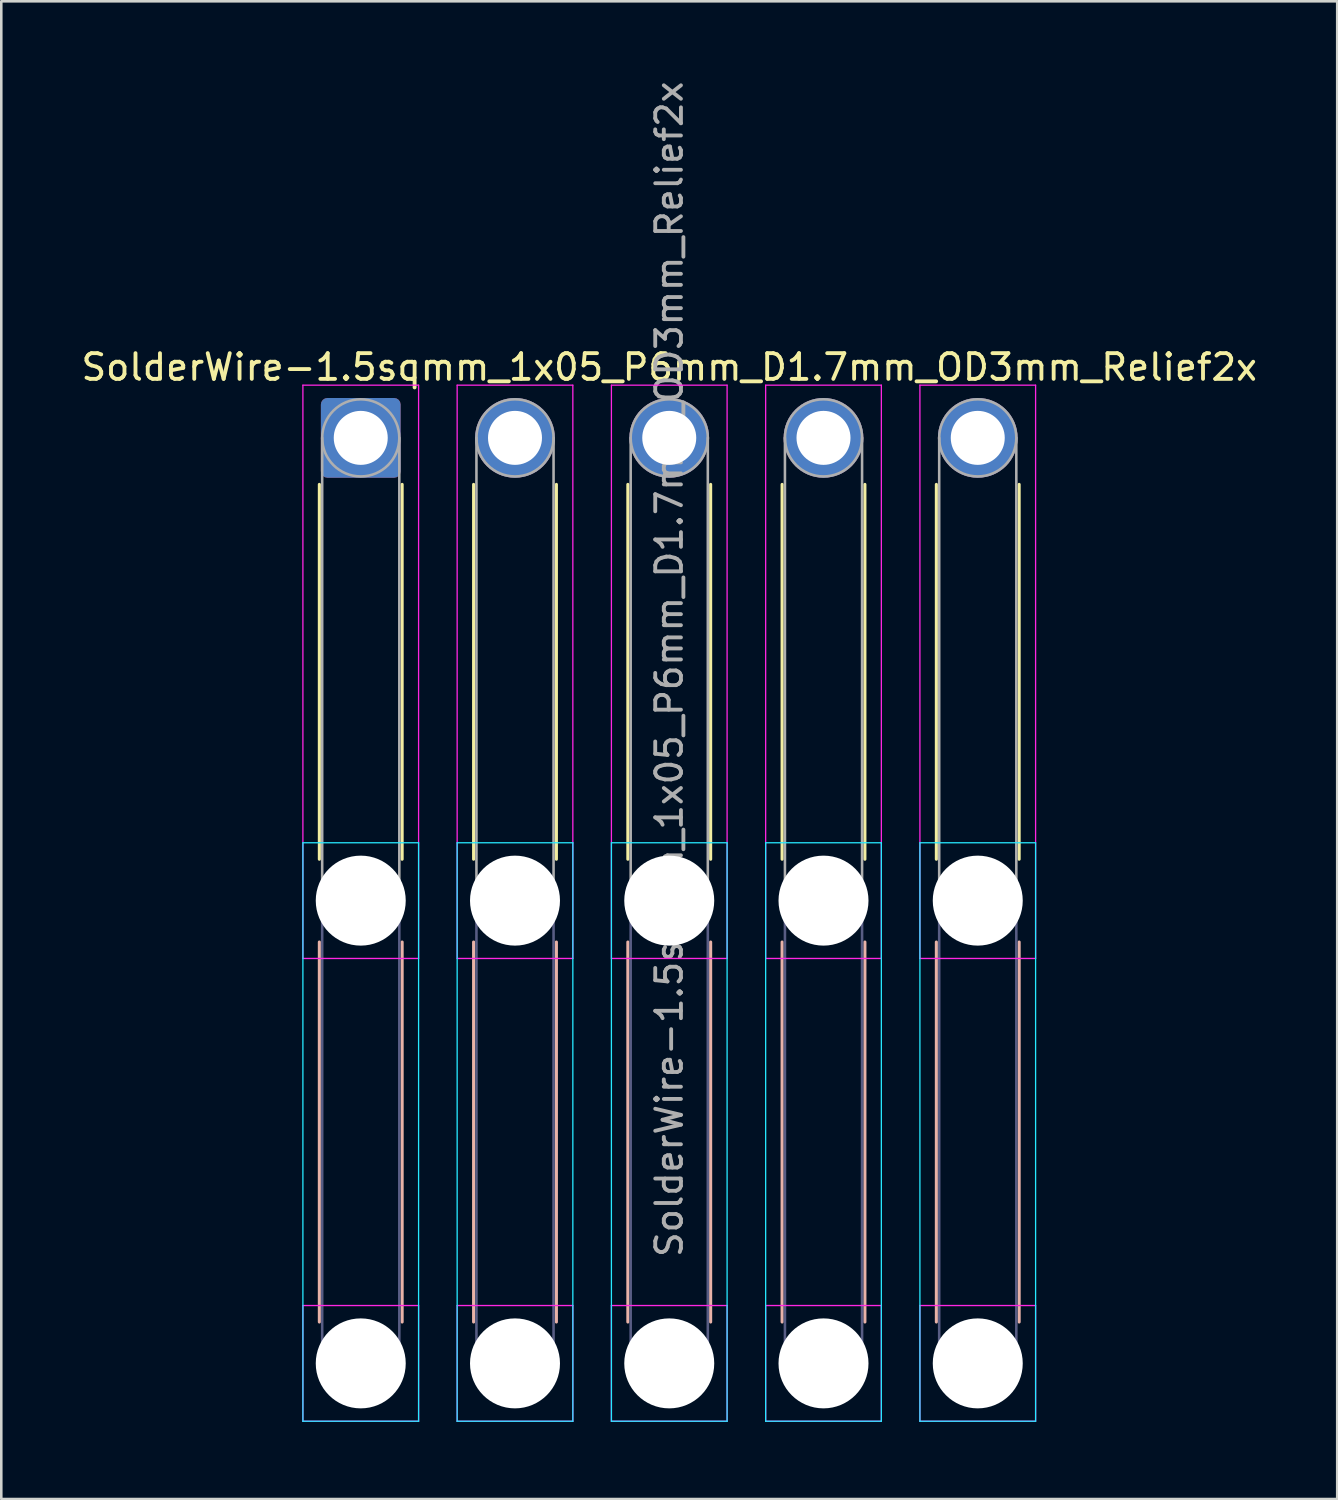
<source format=kicad_pcb>
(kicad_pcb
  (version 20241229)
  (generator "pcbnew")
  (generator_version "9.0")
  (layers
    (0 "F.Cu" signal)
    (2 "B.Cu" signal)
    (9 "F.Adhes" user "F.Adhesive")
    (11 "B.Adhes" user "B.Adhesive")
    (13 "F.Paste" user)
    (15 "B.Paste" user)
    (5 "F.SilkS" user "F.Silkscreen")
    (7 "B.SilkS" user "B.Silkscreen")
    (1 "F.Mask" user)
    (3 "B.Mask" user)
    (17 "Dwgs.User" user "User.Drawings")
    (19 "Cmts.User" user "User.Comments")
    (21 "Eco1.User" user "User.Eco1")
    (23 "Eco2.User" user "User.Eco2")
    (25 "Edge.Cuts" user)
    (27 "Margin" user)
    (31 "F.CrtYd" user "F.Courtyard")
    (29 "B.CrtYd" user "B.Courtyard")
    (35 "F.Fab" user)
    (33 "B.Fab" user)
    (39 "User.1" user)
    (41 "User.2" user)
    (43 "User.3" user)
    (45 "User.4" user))
  (footprint "SolderWire-1.5sqmm_1x05_P6mm_D1.7mm_OD3mm_Relief2x"
    (layer "F.Cu")
    (at 10.982 13.982)
    (property "Reference" "SolderWire-1.5sqmm_1x05_P6mm_D1.7mm_OD3mm_Relief2x" (at 12 -2.75 0) (layer "F.SilkS") (effects (font (size 1 1) (thickness 0.15))))
    (attr exclude_from_pos_files exclude_from_bom)
    (fp_line (start -1.61 1.81) (end -1.61 16.39) (stroke (width 0.12) (type solid)) (layer "F.SilkS"))
    (fp_line (start 1.61 1.81) (end 1.61 16.39) (stroke (width 0.12) (type solid)) (layer "F.SilkS"))
    (fp_line (start 4.39 1.81) (end 4.39 16.39) (stroke (width 0.12) (type solid)) (layer "F.SilkS"))
    (fp_line (start 7.61 1.81) (end 7.61 16.39) (stroke (width 0.12) (type solid)) (layer "F.SilkS"))
    (fp_line (start 10.39 1.81) (end 10.39 16.39) (stroke (width 0.12) (type solid)) (layer "F.SilkS"))
    (fp_line (start 13.61 1.81) (end 13.61 16.39) (stroke (width 0.12) (type solid)) (layer "F.SilkS"))
    (fp_line (start 16.39 1.81) (end 16.39 16.39) (stroke (width 0.12) (type solid)) (layer "F.SilkS"))
    (fp_line (start 19.61 1.81) (end 19.61 16.39) (stroke (width 0.12) (type solid)) (layer "F.SilkS"))
    (fp_line (start 22.39 1.81) (end 22.39 16.39) (stroke (width 0.12) (type solid)) (layer "F.SilkS"))
    (fp_line (start 25.61 1.81) (end 25.61 16.39) (stroke (width 0.12) (type solid)) (layer "F.SilkS"))
    (fp_line (start -1.61 19.61) (end -1.61 34.39) (stroke (width 0.12) (type solid)) (layer "B.SilkS"))
    (fp_line (start 1.61 19.61) (end 1.61 34.39) (stroke (width 0.12) (type solid)) (layer "B.SilkS"))
    (fp_line (start 4.39 19.61) (end 4.39 34.39) (stroke (width 0.12) (type solid)) (layer "B.SilkS"))
    (fp_line (start 7.61 19.61) (end 7.61 34.39) (stroke (width 0.12) (type solid)) (layer "B.SilkS"))
    (fp_line (start 10.39 19.61) (end 10.39 34.39) (stroke (width 0.12) (type solid)) (layer "B.SilkS"))
    (fp_line (start 13.61 19.61) (end 13.61 34.39) (stroke (width 0.12) (type solid)) (layer "B.SilkS"))
    (fp_line (start 16.39 19.61) (end 16.39 34.39) (stroke (width 0.12) (type solid)) (layer "B.SilkS"))
    (fp_line (start 19.61 19.61) (end 19.61 34.39) (stroke (width 0.12) (type solid)) (layer "B.SilkS"))
    (fp_line (start 22.39 19.61) (end 22.39 34.39) (stroke (width 0.12) (type solid)) (layer "B.SilkS"))
    (fp_line (start 25.61 19.61) (end 25.61 34.39) (stroke (width 0.12) (type solid)) (layer "B.SilkS"))
    (fp_line (start -2.25 15.75) (end -2.25 38.25) (stroke (width 0.05) (type solid)) (layer "B.CrtYd"))
    (fp_line (start -2.25 38.25) (end 2.25 38.25) (stroke (width 0.05) (type solid)) (layer "B.CrtYd"))
    (fp_line (start 2.25 15.75) (end -2.25 15.75) (stroke (width 0.05) (type solid)) (layer "B.CrtYd"))
    (fp_line (start 2.25 38.25) (end 2.25 15.75) (stroke (width 0.05) (type solid)) (layer "B.CrtYd"))
    (fp_line (start 3.75 15.75) (end 3.75 38.25) (stroke (width 0.05) (type solid)) (layer "B.CrtYd"))
    (fp_line (start 3.75 38.25) (end 8.25 38.25) (stroke (width 0.05) (type solid)) (layer "B.CrtYd"))
    (fp_line (start 8.25 15.75) (end 3.75 15.75) (stroke (width 0.05) (type solid)) (layer "B.CrtYd"))
    (fp_line (start 8.25 38.25) (end 8.25 15.75) (stroke (width 0.05) (type solid)) (layer "B.CrtYd"))
    (fp_line (start 9.75 15.75) (end 9.75 38.25) (stroke (width 0.05) (type solid)) (layer "B.CrtYd"))
    (fp_line (start 9.75 38.25) (end 14.25 38.25) (stroke (width 0.05) (type solid)) (layer "B.CrtYd"))
    (fp_line (start 14.25 15.75) (end 9.75 15.75) (stroke (width 0.05) (type solid)) (layer "B.CrtYd"))
    (fp_line (start 14.25 38.25) (end 14.25 15.75) (stroke (width 0.05) (type solid)) (layer "B.CrtYd"))
    (fp_line (start 15.75 15.75) (end 15.75 38.25) (stroke (width 0.05) (type solid)) (layer "B.CrtYd"))
    (fp_line (start 15.75 38.25) (end 20.25 38.25) (stroke (width 0.05) (type solid)) (layer "B.CrtYd"))
    (fp_line (start 20.25 15.75) (end 15.75 15.75) (stroke (width 0.05) (type solid)) (layer "B.CrtYd"))
    (fp_line (start 20.25 38.25) (end 20.25 15.75) (stroke (width 0.05) (type solid)) (layer "B.CrtYd"))
    (fp_line (start 21.75 15.75) (end 21.75 38.25) (stroke (width 0.05) (type solid)) (layer "B.CrtYd"))
    (fp_line (start 21.75 38.25) (end 26.25 38.25) (stroke (width 0.05) (type solid)) (layer "B.CrtYd"))
    (fp_line (start 26.25 15.75) (end 21.75 15.75) (stroke (width 0.05) (type solid)) (layer "B.CrtYd"))
    (fp_line (start 26.25 38.25) (end 26.25 15.75) (stroke (width 0.05) (type solid)) (layer "B.CrtYd"))
    (fp_line (start -2.25 -2.05) (end -2.25 20.25) (stroke (width 0.05) (type solid)) (layer "F.CrtYd"))
    (fp_line (start -2.25 20.25) (end 2.25 20.25) (stroke (width 0.05) (type solid)) (layer "F.CrtYd"))
    (fp_line (start -2.25 33.75) (end -2.25 38.25) (stroke (width 0.05) (type solid)) (layer "F.CrtYd"))
    (fp_line (start -2.25 38.25) (end 2.25 38.25) (stroke (width 0.05) (type solid)) (layer "F.CrtYd"))
    (fp_line (start 2.25 -2.05) (end -2.25 -2.05) (stroke (width 0.05) (type solid)) (layer "F.CrtYd"))
    (fp_line (start 2.25 20.25) (end 2.25 -2.05) (stroke (width 0.05) (type solid)) (layer "F.CrtYd"))
    (fp_line (start 2.25 33.75) (end -2.25 33.75) (stroke (width 0.05) (type solid)) (layer "F.CrtYd"))
    (fp_line (start 2.25 38.25) (end 2.25 33.75) (stroke (width 0.05) (type solid)) (layer "F.CrtYd"))
    (fp_line (start 3.75 -2.05) (end 3.75 20.25) (stroke (width 0.05) (type solid)) (layer "F.CrtYd"))
    (fp_line (start 3.75 20.25) (end 8.25 20.25) (stroke (width 0.05) (type solid)) (layer "F.CrtYd"))
    (fp_line (start 3.75 33.75) (end 3.75 38.25) (stroke (width 0.05) (type solid)) (layer "F.CrtYd"))
    (fp_line (start 3.75 38.25) (end 8.25 38.25) (stroke (width 0.05) (type solid)) (layer "F.CrtYd"))
    (fp_line (start 8.25 -2.05) (end 3.75 -2.05) (stroke (width 0.05) (type solid)) (layer "F.CrtYd"))
    (fp_line (start 8.25 20.25) (end 8.25 -2.05) (stroke (width 0.05) (type solid)) (layer "F.CrtYd"))
    (fp_line (start 8.25 33.75) (end 3.75 33.75) (stroke (width 0.05) (type solid)) (layer "F.CrtYd"))
    (fp_line (start 8.25 38.25) (end 8.25 33.75) (stroke (width 0.05) (type solid)) (layer "F.CrtYd"))
    (fp_line (start 9.75 -2.05) (end 9.75 20.25) (stroke (width 0.05) (type solid)) (layer "F.CrtYd"))
    (fp_line (start 9.75 20.25) (end 14.25 20.25) (stroke (width 0.05) (type solid)) (layer "F.CrtYd"))
    (fp_line (start 9.75 33.75) (end 9.75 38.25) (stroke (width 0.05) (type solid)) (layer "F.CrtYd"))
    (fp_line (start 9.75 38.25) (end 14.25 38.25) (stroke (width 0.05) (type solid)) (layer "F.CrtYd"))
    (fp_line (start 14.25 -2.05) (end 9.75 -2.05) (stroke (width 0.05) (type solid)) (layer "F.CrtYd"))
    (fp_line (start 14.25 20.25) (end 14.25 -2.05) (stroke (width 0.05) (type solid)) (layer "F.CrtYd"))
    (fp_line (start 14.25 33.75) (end 9.75 33.75) (stroke (width 0.05) (type solid)) (layer "F.CrtYd"))
    (fp_line (start 14.25 38.25) (end 14.25 33.75) (stroke (width 0.05) (type solid)) (layer "F.CrtYd"))
    (fp_line (start 15.75 -2.05) (end 15.75 20.25) (stroke (width 0.05) (type solid)) (layer "F.CrtYd"))
    (fp_line (start 15.75 20.25) (end 20.25 20.25) (stroke (width 0.05) (type solid)) (layer "F.CrtYd"))
    (fp_line (start 15.75 33.75) (end 15.75 38.25) (stroke (width 0.05) (type solid)) (layer "F.CrtYd"))
    (fp_line (start 15.75 38.25) (end 20.25 38.25) (stroke (width 0.05) (type solid)) (layer "F.CrtYd"))
    (fp_line (start 20.25 -2.05) (end 15.75 -2.05) (stroke (width 0.05) (type solid)) (layer "F.CrtYd"))
    (fp_line (start 20.25 20.25) (end 20.25 -2.05) (stroke (width 0.05) (type solid)) (layer "F.CrtYd"))
    (fp_line (start 20.25 33.75) (end 15.75 33.75) (stroke (width 0.05) (type solid)) (layer "F.CrtYd"))
    (fp_line (start 20.25 38.25) (end 20.25 33.75) (stroke (width 0.05) (type solid)) (layer "F.CrtYd"))
    (fp_line (start 21.75 -2.05) (end 21.75 20.25) (stroke (width 0.05) (type solid)) (layer "F.CrtYd"))
    (fp_line (start 21.75 20.25) (end 26.25 20.25) (stroke (width 0.05) (type solid)) (layer "F.CrtYd"))
    (fp_line (start 21.75 33.75) (end 21.75 38.25) (stroke (width 0.05) (type solid)) (layer "F.CrtYd"))
    (fp_line (start 21.75 38.25) (end 26.25 38.25) (stroke (width 0.05) (type solid)) (layer "F.CrtYd"))
    (fp_line (start 26.25 -2.05) (end 21.75 -2.05) (stroke (width 0.05) (type solid)) (layer "F.CrtYd"))
    (fp_line (start 26.25 20.25) (end 26.25 -2.05) (stroke (width 0.05) (type solid)) (layer "F.CrtYd"))
    (fp_line (start 26.25 33.75) (end 21.75 33.75) (stroke (width 0.05) (type solid)) (layer "F.CrtYd"))
    (fp_line (start 26.25 38.25) (end 26.25 33.75) (stroke (width 0.05) (type solid)) (layer "F.CrtYd"))
    (fp_line (start -1.5 18) (end -1.5 36) (stroke (width 0.1) (type solid)) (layer "B.Fab"))
    (fp_line (start 1.5 18) (end 1.5 36) (stroke (width 0.1) (type solid)) (layer "B.Fab"))
    (fp_line (start 4.5 18) (end 4.5 36) (stroke (width 0.1) (type solid)) (layer "B.Fab"))
    (fp_line (start 7.5 18) (end 7.5 36) (stroke (width 0.1) (type solid)) (layer "B.Fab"))
    (fp_line (start 10.5 18) (end 10.5 36) (stroke (width 0.1) (type solid)) (layer "B.Fab"))
    (fp_line (start 13.5 18) (end 13.5 36) (stroke (width 0.1) (type solid)) (layer "B.Fab"))
    (fp_line (start 16.5 18) (end 16.5 36) (stroke (width 0.1) (type solid)) (layer "B.Fab"))
    (fp_line (start 19.5 18) (end 19.5 36) (stroke (width 0.1) (type solid)) (layer "B.Fab"))
    (fp_line (start 22.5 18) (end 22.5 36) (stroke (width 0.1) (type solid)) (layer "B.Fab"))
    (fp_line (start 25.5 18) (end 25.5 36) (stroke (width 0.1) (type solid)) (layer "B.Fab"))
    (fp_circle (center 0 18) (end 1.5 18) (stroke (width 0.1) (type solid)) (fill no) (layer "B.Fab"))
    (fp_circle (center 0 36) (end 1.5 36) (stroke (width 0.1) (type solid)) (fill no) (layer "B.Fab"))
    (fp_circle (center 6 18) (end 7.5 18) (stroke (width 0.1) (type solid)) (fill no) (layer "B.Fab"))
    (fp_circle (center 6 36) (end 7.5 36) (stroke (width 0.1) (type solid)) (fill no) (layer "B.Fab"))
    (fp_circle (center 12 18) (end 13.5 18) (stroke (width 0.1) (type solid)) (fill no) (layer "B.Fab"))
    (fp_circle (center 12 36) (end 13.5 36) (stroke (width 0.1) (type solid)) (fill no) (layer "B.Fab"))
    (fp_circle (center 18 18) (end 19.5 18) (stroke (width 0.1) (type solid)) (fill no) (layer "B.Fab"))
    (fp_circle (center 18 36) (end 19.5 36) (stroke (width 0.1) (type solid)) (fill no) (layer "B.Fab"))
    (fp_circle (center 24 18) (end 25.5 18) (stroke (width 0.1) (type solid)) (fill no) (layer "B.Fab"))
    (fp_circle (center 24 36) (end 25.5 36) (stroke (width 0.1) (type solid)) (fill no) (layer "B.Fab"))
    (fp_line (start -1.5 0) (end -1.5 18) (stroke (width 0.1) (type solid)) (layer "F.Fab"))
    (fp_line (start 1.5 0) (end 1.5 18) (stroke (width 0.1) (type solid)) (layer "F.Fab"))
    (fp_line (start 4.5 0) (end 4.5 18) (stroke (width 0.1) (type solid)) (layer "F.Fab"))
    (fp_line (start 7.5 0) (end 7.5 18) (stroke (width 0.1) (type solid)) (layer "F.Fab"))
    (fp_line (start 10.5 0) (end 10.5 18) (stroke (width 0.1) (type solid)) (layer "F.Fab"))
    (fp_line (start 13.5 0) (end 13.5 18) (stroke (width 0.1) (type solid)) (layer "F.Fab"))
    (fp_line (start 16.5 0) (end 16.5 18) (stroke (width 0.1) (type solid)) (layer "F.Fab"))
    (fp_line (start 19.5 0) (end 19.5 18) (stroke (width 0.1) (type solid)) (layer "F.Fab"))
    (fp_line (start 22.5 0) (end 22.5 18) (stroke (width 0.1) (type solid)) (layer "F.Fab"))
    (fp_line (start 25.5 0) (end 25.5 18) (stroke (width 0.1) (type solid)) (layer "F.Fab"))
    (fp_circle (center 0 0) (end 1.5 0) (stroke (width 0.1) (type solid)) (fill no) (layer "F.Fab"))
    (fp_circle (center 0 18) (end 1.5 18) (stroke (width 0.1) (type solid)) (fill no) (layer "F.Fab"))
    (fp_circle (center 0 36) (end 1.5 36) (stroke (width 0.1) (type solid)) (fill no) (layer "F.Fab"))
    (fp_circle (center 6 0) (end 7.5 0) (stroke (width 0.1) (type solid)) (fill no) (layer "F.Fab"))
    (fp_circle (center 6 18) (end 7.5 18) (stroke (width 0.1) (type solid)) (fill no) (layer "F.Fab"))
    (fp_circle (center 6 36) (end 7.5 36) (stroke (width 0.1) (type solid)) (fill no) (layer "F.Fab"))
    (fp_circle (center 12 0) (end 13.5 0) (stroke (width 0.1) (type solid)) (fill no) (layer "F.Fab"))
    (fp_circle (center 12 18) (end 13.5 18) (stroke (width 0.1) (type solid)) (fill no) (layer "F.Fab"))
    (fp_circle (center 12 36) (end 13.5 36) (stroke (width 0.1) (type solid)) (fill no) (layer "F.Fab"))
    (fp_circle (center 18 0) (end 19.5 0) (stroke (width 0.1) (type solid)) (fill no) (layer "F.Fab"))
    (fp_circle (center 18 18) (end 19.5 18) (stroke (width 0.1) (type solid)) (fill no) (layer "F.Fab"))
    (fp_circle (center 18 36) (end 19.5 36) (stroke (width 0.1) (type solid)) (fill no) (layer "F.Fab"))
    (fp_circle (center 24 0) (end 25.5 0) (stroke (width 0.1) (type solid)) (fill no) (layer "F.Fab"))
    (fp_circle (center 24 18) (end 25.5 18) (stroke (width 0.1) (type solid)) (fill no) (layer "F.Fab"))
    (fp_circle (center 24 36) (end 25.5 36) (stroke (width 0.1) (type solid)) (fill no) (layer "F.Fab"))
    (fp_text user "${REFERENCE}" (at 12 9 90) (layer "F.Fab") (effects (font (size 1 1) (thickness 0.15))))
    (pad "" np_thru_hole circle (at 0 18) (size 3.5 3.5) (drill 3.5) (layers "*.Cu" "*.Mask"))
    (pad "" np_thru_hole circle (at 0 36) (size 3.5 3.5) (drill 3.5) (layers "*.Cu" "*.Mask"))
    (pad "" np_thru_hole circle (at 6 18) (size 3.5 3.5) (drill 3.5) (layers "*.Cu" "*.Mask"))
    (pad "" np_thru_hole circle (at 6 36) (size 3.5 3.5) (drill 3.5) (layers "*.Cu" "*.Mask"))
    (pad "" np_thru_hole circle (at 12 18) (size 3.5 3.5) (drill 3.5) (layers "*.Cu" "*.Mask"))
    (pad "" np_thru_hole circle (at 12 36) (size 3.5 3.5) (drill 3.5) (layers "*.Cu" "*.Mask"))
    (pad "" np_thru_hole circle (at 18 18) (size 3.5 3.5) (drill 3.5) (layers "*.Cu" "*.Mask"))
    (pad "" np_thru_hole circle (at 18 36) (size 3.5 3.5) (drill 3.5) (layers "*.Cu" "*.Mask"))
    (pad "" np_thru_hole circle (at 24 18) (size 3.5 3.5) (drill 3.5) (layers "*.Cu" "*.Mask"))
    (pad "" np_thru_hole circle (at 24 36) (size 3.5 3.5) (drill 3.5) (layers "*.Cu" "*.Mask"))
    (pad "1" thru_hole roundrect (at 0 0) (size 3.1 3.1) (drill 2.1) (layers "*.Cu" "*.Mask") (roundrect_rratio 0.081))
    (pad "2" thru_hole circle (at 6 0) (size 3.1 3.1) (drill 2.1) (layers "*.Cu" "*.Mask"))
    (pad "3" thru_hole circle (at 12 0) (size 3.1 3.1) (drill 2.1) (layers "*.Cu" "*.Mask"))
    (pad "4" thru_hole circle (at 18 0) (size 3.1 3.1) (drill 2.1) (layers "*.Cu" "*.Mask"))
    (pad "5" thru_hole circle (at 24 0) (size 3.1 3.1) (drill 2.1) (layers "*.Cu" "*.Mask")))
  (gr_rect
    (start -3 -3)
    (end 48.964 55.257)
    (stroke (width 0.1) (type default))
    (fill no)
    (layer "Edge.Cuts")))
</source>
